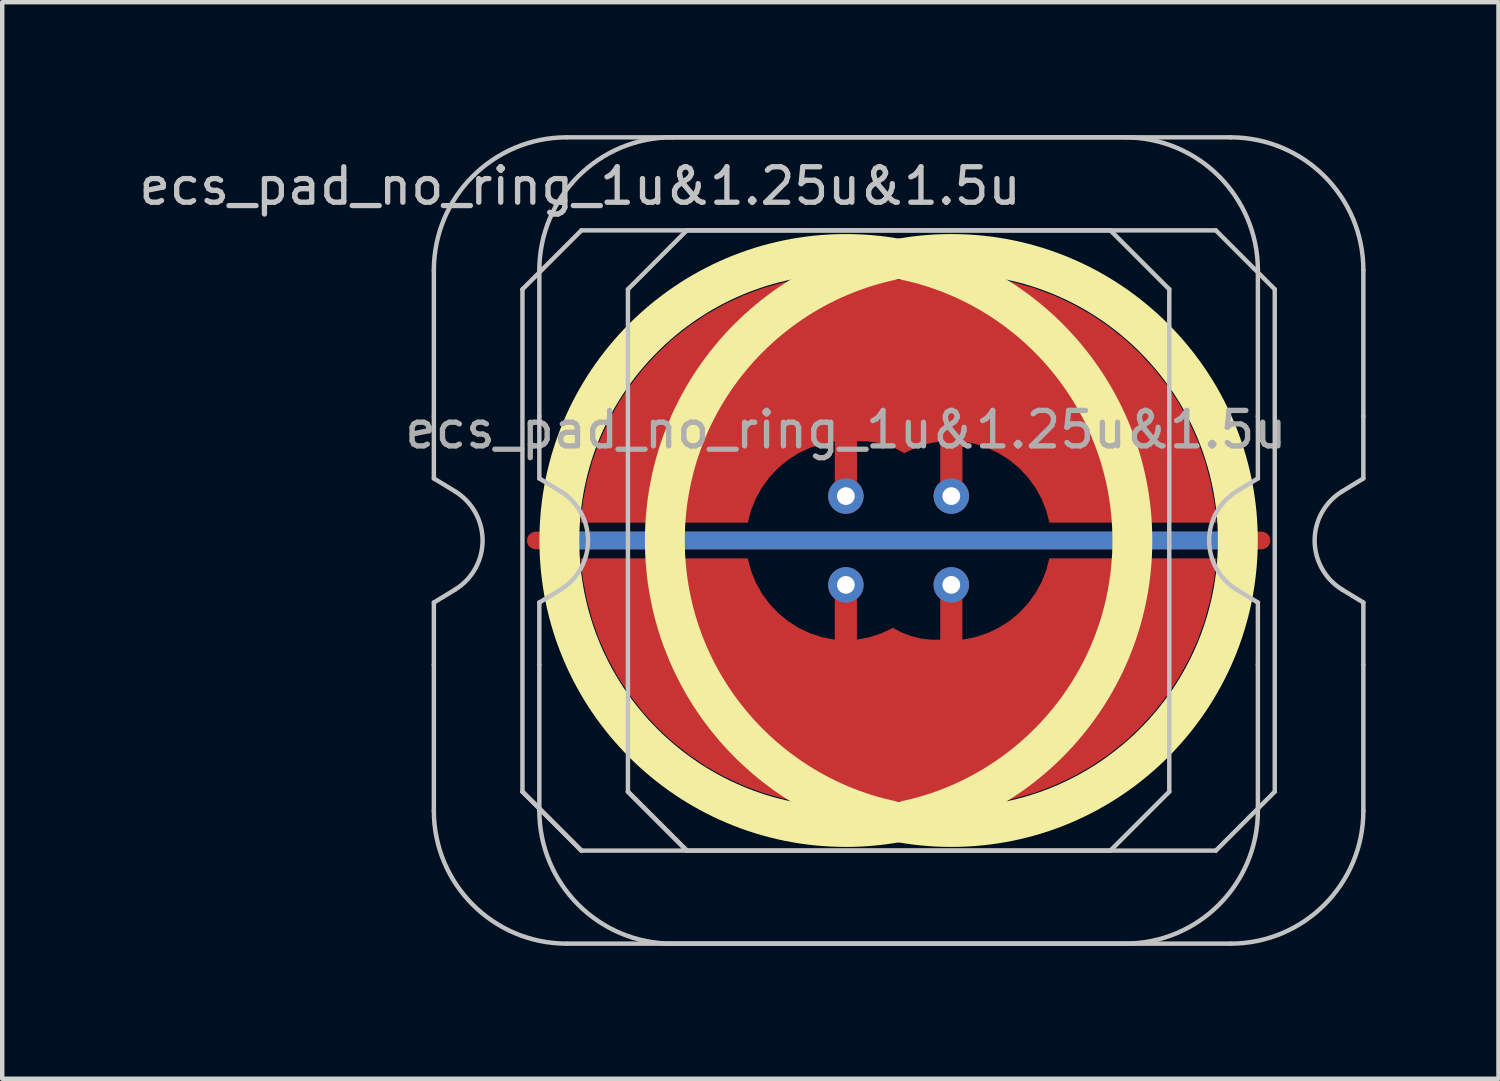
<source format=kicad_pcb>
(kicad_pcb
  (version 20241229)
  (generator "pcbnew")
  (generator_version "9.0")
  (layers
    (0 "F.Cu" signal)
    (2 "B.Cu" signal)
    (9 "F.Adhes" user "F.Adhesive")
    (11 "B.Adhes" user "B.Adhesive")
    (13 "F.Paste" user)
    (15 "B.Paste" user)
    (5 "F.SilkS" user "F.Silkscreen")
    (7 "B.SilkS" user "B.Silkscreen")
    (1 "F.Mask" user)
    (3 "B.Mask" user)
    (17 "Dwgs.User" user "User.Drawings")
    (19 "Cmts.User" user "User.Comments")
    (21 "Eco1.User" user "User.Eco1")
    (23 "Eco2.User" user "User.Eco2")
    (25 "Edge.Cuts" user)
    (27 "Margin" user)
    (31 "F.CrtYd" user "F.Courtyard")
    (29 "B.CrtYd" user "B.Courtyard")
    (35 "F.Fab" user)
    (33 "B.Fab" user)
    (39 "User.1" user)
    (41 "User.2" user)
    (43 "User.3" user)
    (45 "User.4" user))
  (footprint "ecs_pad_no_ring_1u&1.25u&1.5u"
    (layer "F.Cu")
    (at 16.043 9.15)
    (property "Reference" "ecs_pad_no_ring_1u&1.25u&1.5u" (at -6 -8 0) (layer "Dwgs.User") (effects (font (size 0.8 0.8) (thickness 0.12))))
    (attr smd)
    (fp_circle (center 0 0) (end 6.467 0) (stroke (width 0.9) (type solid)) (fill no) (layer "F.SilkS"))
    (fp_circle (center 2.381 0) (end 8.848 0) (stroke (width 0.9) (type solid)) (fill no) (layer "F.SilkS"))
    (fp_line (start -9.3 -2.805) (end -9.3 -6.1) (stroke (width 0.1) (type solid)) (layer "Dwgs.User"))
    (fp_line (start -9.3 -1.4) (end -9.3 -2.805) (stroke (width 0.1) (type solid)) (layer "Dwgs.User"))
    (fp_line (start -9.3 1.4) (end -8.824 1.111) (stroke (width 0.1) (type solid)) (layer "Dwgs.User"))
    (fp_line (start -9.3 2.805) (end -9.3 1.4) (stroke (width 0.1) (type solid)) (layer "Dwgs.User"))
    (fp_line (start -9.3 6.1) (end -9.3 2.805) (stroke (width 0.1) (type solid)) (layer "Dwgs.User"))
    (fp_line (start -8.824 -1.111) (end -9.3 -1.4) (stroke (width 0.1) (type solid)) (layer "Dwgs.User"))
    (fp_line (start -7.3 -5.67) (end -5.97 -7) (stroke (width 0.1) (type solid)) (layer "Dwgs.User"))
    (fp_line (start -7.3 5.67) (end -7.3 -5.67) (stroke (width 0.1) (type solid)) (layer "Dwgs.User"))
    (fp_line (start -7.3 5.67) (end -5.97 7) (stroke (width 0.1) (type solid)) (layer "Dwgs.User"))
    (fp_line (start -6.919 -2.805) (end -6.919 -6.1) (stroke (width 0.1) (type solid)) (layer "Dwgs.User"))
    (fp_line (start -6.919 -1.4) (end -6.919 -2.805) (stroke (width 0.1) (type solid)) (layer "Dwgs.User"))
    (fp_line (start -6.919 1.4) (end -6.443 1.111) (stroke (width 0.1) (type solid)) (layer "Dwgs.User"))
    (fp_line (start -6.919 2.805) (end -6.919 1.4) (stroke (width 0.1) (type solid)) (layer "Dwgs.User"))
    (fp_line (start -6.919 6.1) (end -6.919 2.805) (stroke (width 0.1) (type solid)) (layer "Dwgs.User"))
    (fp_line (start -6.443 -1.111) (end -6.919 -1.4) (stroke (width 0.1) (type solid)) (layer "Dwgs.User"))
    (fp_line (start -6.3 -9.1) (end 6.3 -9.1) (stroke (width 0.1) (type solid)) (layer "Dwgs.User"))
    (fp_line (start -5.97 -7) (end 5.97 -7) (stroke (width 0.1) (type solid)) (layer "Dwgs.User"))
    (fp_line (start -5.97 7) (end -7.3 5.67) (stroke (width 0.1) (type solid)) (layer "Dwgs.User"))
    (fp_line (start -4.919 -5.67) (end -3.589 -7) (stroke (width 0.1) (type solid)) (layer "Dwgs.User"))
    (fp_line (start -4.919 5.67) (end -4.919 -5.67) (stroke (width 0.1) (type solid)) (layer "Dwgs.User"))
    (fp_line (start -4.919 5.67) (end -3.589 7) (stroke (width 0.1) (type solid)) (layer "Dwgs.User"))
    (fp_line (start -3.919 -9.1) (end 8.681 -9.1) (stroke (width 0.1) (type solid)) (layer "Dwgs.User"))
    (fp_line (start -3.589 -7) (end 8.351 -7) (stroke (width 0.1) (type solid)) (layer "Dwgs.User"))
    (fp_line (start -3.589 7) (end -4.919 5.67) (stroke (width 0.1) (type solid)) (layer "Dwgs.User"))
    (fp_line (start 5.97 -7) (end 7.3 -5.67) (stroke (width 0.1) (type solid)) (layer "Dwgs.User"))
    (fp_line (start 5.97 7) (end -5.97 7) (stroke (width 0.1) (type solid)) (layer "Dwgs.User"))
    (fp_line (start 6.3 9.1) (end -6.3 9.1) (stroke (width 0.1) (type solid)) (layer "Dwgs.User"))
    (fp_line (start 7.3 -5.67) (end 7.3 5.67) (stroke (width 0.1) (type solid)) (layer "Dwgs.User"))
    (fp_line (start 7.3 5.67) (end 5.97 7) (stroke (width 0.1) (type solid)) (layer "Dwgs.User"))
    (fp_line (start 8.351 -7) (end 9.681 -5.67) (stroke (width 0.1) (type solid)) (layer "Dwgs.User"))
    (fp_line (start 8.351 7) (end -3.589 7) (stroke (width 0.1) (type solid)) (layer "Dwgs.User"))
    (fp_line (start 8.681 9.1) (end -3.919 9.1) (stroke (width 0.1) (type solid)) (layer "Dwgs.User"))
    (fp_line (start 8.824 1.111) (end 9.3 1.4) (stroke (width 0.1) (type solid)) (layer "Dwgs.User"))
    (fp_line (start 9.3 -6.1) (end 9.3 -2.805) (stroke (width 0.1) (type solid)) (layer "Dwgs.User"))
    (fp_line (start 9.3 -2.805) (end 9.3 -1.4) (stroke (width 0.1) (type solid)) (layer "Dwgs.User"))
    (fp_line (start 9.3 -1.4) (end 8.824 -1.111) (stroke (width 0.1) (type solid)) (layer "Dwgs.User"))
    (fp_line (start 9.3 1.4) (end 9.3 2.805) (stroke (width 0.1) (type solid)) (layer "Dwgs.User"))
    (fp_line (start 9.3 2.805) (end 9.3 6.1) (stroke (width 0.1) (type solid)) (layer "Dwgs.User"))
    (fp_line (start 9.681 -5.67) (end 9.681 5.67) (stroke (width 0.1) (type solid)) (layer "Dwgs.User"))
    (fp_line (start 9.681 5.67) (end 8.351 7) (stroke (width 0.1) (type solid)) (layer "Dwgs.User"))
    (fp_line (start 11.206 1.111) (end 11.681 1.4) (stroke (width 0.1) (type solid)) (layer "Dwgs.User"))
    (fp_line (start 11.681 -6.1) (end 11.681 -2.805) (stroke (width 0.1) (type solid)) (layer "Dwgs.User"))
    (fp_line (start 11.681 -2.805) (end 11.681 -1.4) (stroke (width 0.1) (type solid)) (layer "Dwgs.User"))
    (fp_line (start 11.681 -1.4) (end 11.206 -1.111) (stroke (width 0.1) (type solid)) (layer "Dwgs.User"))
    (fp_line (start 11.681 1.4) (end 11.681 2.805) (stroke (width 0.1) (type solid)) (layer "Dwgs.User"))
    (fp_line (start 11.681 2.805) (end 11.681 6.1) (stroke (width 0.1) (type solid)) (layer "Dwgs.User"))
    (fp_arc (start -9.3 -6.1) (mid -8.42132 -8.22132) (end -6.3 -9.1) (stroke (width 0.1) (type solid)) (layer "Dwgs.User"))
    (fp_arc (start -8.824333 -1.110619) (mid -8.2 0) (end -8.824333 1.110619) (stroke (width 0.1) (type solid)) (layer "Dwgs.User"))
    (fp_arc (start -6.91875 -6.1) (mid -6.04007 -8.22132) (end -3.91875 -9.1) (stroke (width 0.1) (type solid)) (layer "Dwgs.User"))
    (fp_arc (start -6.443083 -1.110619) (mid -5.81875 0) (end -6.443083 1.110619) (stroke (width 0.1) (type solid)) (layer "Dwgs.User"))
    (fp_arc (start -6.3 9.1) (mid -8.42132 8.22132) (end -9.3 6.1) (stroke (width 0.1) (type solid)) (layer "Dwgs.User"))
    (fp_arc (start -3.91875 9.1) (mid -6.04007 8.22132) (end -6.91875 6.1) (stroke (width 0.1) (type solid)) (layer "Dwgs.User"))
    (fp_arc (start 6.3 -9.1) (mid 8.42132 -8.22132) (end 9.3 -6.1) (stroke (width 0.1) (type solid)) (layer "Dwgs.User"))
    (fp_arc (start 8.68125 -9.1) (mid 10.80257 -8.22132) (end 11.68125 -6.1) (stroke (width 0.1) (type solid)) (layer "Dwgs.User"))
    (fp_arc (start 8.824333 1.110619) (mid 8.2 0) (end 8.824333 -1.110619) (stroke (width 0.1) (type solid)) (layer "Dwgs.User"))
    (fp_arc (start 9.3 6.1) (mid 8.42132 8.22132) (end 6.3 9.1) (stroke (width 0.1) (type solid)) (layer "Dwgs.User"))
    (fp_arc (start 11.205583 1.110619) (mid 10.58125 0) (end 11.205583 -1.110619) (stroke (width 0.1) (type solid)) (layer "Dwgs.User"))
    (fp_arc (start 11.68125 6.1) (mid 10.80257 8.22132) (end 8.68125 9.1) (stroke (width 0.1) (type solid)) (layer "Dwgs.User"))
    (fp_text user "${REFERENCE}" (at 0 -2.5 0) (layer "F.Fab") (effects (font (size 0.8 0.8) (thickness 0.12))))
    (pad "1" smd custom (at 0 -1.002) (size 0.019 0.019) (layers "F.Cu") (options (anchor circle)) (primitives (gr_poly (pts (xy -0.231 0.096) (xy -0.177 0.177) (xy -0.096 0.231) (xy 0 0.25) (xy 0.096 0.231) (xy 0.177 0.177) (xy 0.231 0.096) (xy 0.25 0) (xy 0.25 -1.236) (xy 0.473 -1.236) (xy 0.695 -1.208) (xy 0.912 -1.154) (xy 1.121 -1.075) (xy 1.318 -0.971) (xy 1.578 -1.093) (xy 1.85 -1.182) (xy 2.131 -1.236) (xy 2.131 0) (xy 2.15 0.096) (xy 2.204 0.177) (xy 2.286 0.231) (xy 2.381 0.25) (xy 2.477 0.231) (xy 2.558 0.177) (xy 2.612 0.096) (xy 2.631 0) (xy 2.631 -1.236) (xy 2.913 -1.182) (xy 3.186 -1.093) (xy 3.445 -0.971) (xy 3.688 -0.817) (xy 3.909 -0.635) (xy 4.106 -0.426) (xy 4.276 -0.194) (xy 4.415 0.056) (xy 4.522 0.323) (xy 4.595 0.6) (xy 8.367 0.6) (xy 8.316 0.128) (xy 8.228 -0.338) (xy 8.104 -0.796) (xy 7.944 -1.243) (xy 7.749 -1.675) (xy 7.52 -2.091) (xy 7.259 -2.488) (xy 6.968 -2.862) (xy 6.648 -3.213) (xy 6.301 -3.537) (xy 5.93 -3.832) (xy 5.536 -4.098) (xy 5.123 -4.331) (xy 4.693 -4.531) (xy 4.248 -4.697) (xy 3.792 -4.826) (xy 3.327 -4.92) (xy 2.855 -4.976) (xy 2.381 -4.995) (xy 1.982 -4.982) (xy 1.585 -4.942) (xy 1.191 -4.875) (xy 0.797 -4.942) (xy 0.399 -4.982) (xy 0 -4.995) (xy -0.474 -4.976) (xy -0.945 -4.92) (xy -1.411 -4.826) (xy -1.867 -4.697) (xy -2.312 -4.531) (xy -2.742 -4.331) (xy -3.155 -4.098) (xy -3.549 -3.832) (xy -3.92 -3.537) (xy -4.266 -3.213) (xy -4.586 -2.862) (xy -4.878 -2.488) (xy -5.139 -2.091) (xy -5.367 -1.675) (xy -5.562 -1.243) (xy -5.723 -0.796) (xy -5.847 -0.338) (xy -5.935 0.128) (xy -5.986 0.6) (xy -2.214 0.6) (xy -2.141 0.323) (xy -2.034 0.056) (xy -1.894 -0.194) (xy -1.725 -0.426) (xy -1.528 -0.635) (xy -1.307 -0.817) (xy -1.064 -0.971) (xy -0.805 -1.093) (xy -0.532 -1.182) (xy -0.25 -1.236) (xy -0.25 0)) (width 0) (fill yes))))
    (pad "1" thru_hole circle (at 0 -1.002) (size 0.8 0.8) (drill 0.4) (layers "*.Cu"))
    (pad "1" thru_hole circle (at 2.38 -1.002) (size 0.8 0.8) (drill 0.4) (layers "*.Cu"))
    (pad "2" thru_hole circle (at 0 1.002) (size 0.8 0.8) (drill 0.4) (layers "*.Cu"))
    (pad "2" smd custom (at 2.38 1.002 180) (size 0.019 0.019) (layers "F.Cu") (options (anchor circle)) (primitives (gr_poly (pts (xy -0.231 0.096) (xy -0.177 0.177) (xy -0.096 0.231) (xy 0 0.25) (xy 0.096 0.231) (xy 0.177 0.177) (xy 0.231 0.096) (xy 0.25 0) (xy 0.25 -1.236) (xy 0.473 -1.236) (xy 0.695 -1.208) (xy 0.912 -1.154) (xy 1.121 -1.075) (xy 1.318 -0.971) (xy 1.578 -1.093) (xy 1.85 -1.182) (xy 2.131 -1.236) (xy 2.131 0) (xy 2.15 0.096) (xy 2.204 0.177) (xy 2.286 0.231) (xy 2.381 0.25) (xy 2.477 0.231) (xy 2.558 0.177) (xy 2.612 0.096) (xy 2.631 0) (xy 2.631 -1.236) (xy 2.913 -1.182) (xy 3.186 -1.093) (xy 3.445 -0.971) (xy 3.688 -0.817) (xy 3.909 -0.635) (xy 4.106 -0.426) (xy 4.276 -0.194) (xy 4.415 0.056) (xy 4.522 0.323) (xy 4.595 0.6) (xy 8.367 0.6) (xy 8.316 0.128) (xy 8.228 -0.338) (xy 8.104 -0.796) (xy 7.944 -1.243) (xy 7.749 -1.675) (xy 7.52 -2.091) (xy 7.259 -2.488) (xy 6.968 -2.862) (xy 6.648 -3.213) (xy 6.301 -3.537) (xy 5.93 -3.832) (xy 5.536 -4.098) (xy 5.123 -4.331) (xy 4.693 -4.531) (xy 4.248 -4.697) (xy 3.792 -4.826) (xy 3.327 -4.92) (xy 2.855 -4.976) (xy 2.381 -4.995) (xy 1.982 -4.982) (xy 1.585 -4.942) (xy 1.191 -4.875) (xy 0.797 -4.942) (xy 0.399 -4.982) (xy 0 -4.995) (xy -0.474 -4.976) (xy -0.945 -4.92) (xy -1.411 -4.826) (xy -1.867 -4.697) (xy -2.312 -4.531) (xy -2.742 -4.331) (xy -3.155 -4.098) (xy -3.549 -3.832) (xy -3.92 -3.537) (xy -4.266 -3.213) (xy -4.586 -2.862) (xy -4.878 -2.488) (xy -5.139 -2.091) (xy -5.367 -1.675) (xy -5.562 -1.243) (xy -5.723 -0.796) (xy -5.847 -0.338) (xy -5.935 0.128) (xy -5.986 0.6) (xy -2.214 0.6) (xy -2.141 0.323) (xy -2.034 0.056) (xy -1.894 -0.194) (xy -1.725 -0.426) (xy -1.528 -0.635) (xy -1.307 -0.817) (xy -1.064 -0.971) (xy -0.805 -1.093) (xy -0.532 -1.182) (xy -0.25 -1.236) (xy -0.25 0)) (width 0) (fill yes))))
    (pad "2" thru_hole circle (at 2.38 1.002) (size 0.8 0.8) (drill 0.4) (layers "*.Cu"))
    (pad "3" smd custom (at 1.191 0 270) (size 0.4 0.4) (layers "F.Cu") (options (anchor rect)) (primitives (gr_line (start 0 -8.191) (end 0 8.191) (width 0.4))))
    (pad "3" smd custom (at 1.191 0 270) (size 0.4 0.4) (layers "B.Cu") (options (anchor rect)) (primitives (gr_line (start 0 -7.691) (end 0 7.691) (width 0.4))))
    (zone (net_name "") (layer "F.Cu") (hatch edge 0.508) (connect_pads) (min_thickness 0.254) (filled_areas_thickness no) (keepout (tracks allowed) (vias allowed) (pads allowed) (copperpour not_allowed) (footprints allowed)) (placement (enabled no)) (fill) (polygon (pts (xy 9.038 9.15) (xy 9.057 9.663) (xy 9.113 10.173) (xy 9.207 10.678) (xy 9.337 11.175) (xy 9.503 11.66) (xy 9.705 12.133) (xy 9.94 12.589) (xy 10.208 13.026) (xy 10.508 13.443) (xy 10.837 13.837) (xy 11.194 14.206) (xy 11.578 14.547) (xy 11.985 14.86) (xy 12.414 15.142) (xy 12.863 15.391) (xy 13.328 15.608) (xy 13.809 15.789) (xy 14.301 15.935) (xy 14.802 16.044) (xy 15.311 16.117) (xy 15.823 16.151) (xy 16.336 16.149) (xy 16.848 16.108) (xy 17.355 16.031) (xy 17.856 15.916) (xy 18.347 15.765) (xy 18.825 15.579) (xy 19.288 15.358) (xy 19.734 15.103) (xy 20.16 14.817) (xy 20.564 14.5) (xy 20.944 14.155) (xy 21.297 13.782) (xy 21.622 13.385) (xy 21.918 12.965) (xy 22.181 12.525) (xy 22.412 12.066) (xy 22.608 11.592) (xy 22.77 11.104) (xy 22.895 10.606) (xy 22.983 10.101) (xy 23.034 9.59) (xy 23.047 9.077) (xy 23.023 8.564) (xy 22.962 8.054) (xy 22.863 7.55) (xy 22.727 7.055) (xy 22.556 6.571) (xy 22.35 6.101) (xy 22.109 5.648) (xy 21.836 5.213) (xy 21.533 4.799) (xy 21.199 4.409) (xy 20.838 4.044) (xy 20.451 3.706) (xy 20.041 3.398) (xy 19.609 3.121) (xy 19.157 2.876) (xy 18.69 2.664) (xy 18.207 2.488) (xy 17.714 2.347) (xy 17.211 2.243) (xy 16.702 2.176) (xy 16.19 2.147) (xy 15.676 2.155) (xy 15.165 2.2) (xy 14.658 2.283) (xy 14.159 2.403) (xy 13.67 2.559) (xy 13.194 2.751) (xy 12.733 2.977) (xy 12.289 3.236) (xy 11.866 3.526) (xy 11.466 3.847) (xy 11.09 4.197) (xy 10.74 4.573) (xy 10.419 4.974) (xy 10.128 5.397) (xy 9.869 5.84) (xy 9.644 6.301) (xy 9.452 6.777) (xy 9.296 7.266) (xy 9.176 7.765) (xy 9.093 8.272) (xy 9.048 8.783))))
    (zone (net_name "") (layer "F.Cu") (hatch edge 0.508) (connect_pads) (min_thickness 0.254) (filled_areas_thickness no) (keepout (tracks allowed) (vias allowed) (pads allowed) (copperpour not_allowed) (footprints allowed)) (placement (enabled no)) (fill) (polygon (pts (xy 11.418 9.15) (xy 11.437 9.663) (xy 11.493 10.173) (xy 11.587 10.678) (xy 11.717 11.175) (xy 11.883 11.66) (xy 12.085 12.133) (xy 12.32 12.589) (xy 12.588 13.026) (xy 12.888 13.443) (xy 13.217 13.837) (xy 13.574 14.206) (xy 13.958 14.547) (xy 14.365 14.86) (xy 14.794 15.142) (xy 15.243 15.391) (xy 15.708 15.608) (xy 16.189 15.789) (xy 16.681 15.935) (xy 17.182 16.044) (xy 17.691 16.117) (xy 18.203 16.151) (xy 18.716 16.149) (xy 19.228 16.108) (xy 19.735 16.031) (xy 20.236 15.916) (xy 20.727 15.765) (xy 21.205 15.579) (xy 21.668 15.358) (xy 22.114 15.103) (xy 22.54 14.817) (xy 22.944 14.5) (xy 23.324 14.155) (xy 23.677 13.782) (xy 24.002 13.385) (xy 24.298 12.965) (xy 24.561 12.525) (xy 24.792 12.066) (xy 24.988 11.592) (xy 25.15 11.104) (xy 25.275 10.606) (xy 25.363 10.101) (xy 25.414 9.59) (xy 25.427 9.077) (xy 25.403 8.564) (xy 25.342 8.054) (xy 25.243 7.55) (xy 25.107 7.055) (xy 24.936 6.571) (xy 24.73 6.101) (xy 24.489 5.648) (xy 24.216 5.213) (xy 23.913 4.799) (xy 23.579 4.409) (xy 23.218 4.044) (xy 22.831 3.706) (xy 22.421 3.398) (xy 21.989 3.121) (xy 21.537 2.876) (xy 21.07 2.664) (xy 20.587 2.488) (xy 20.094 2.347) (xy 19.591 2.243) (xy 19.082 2.176) (xy 18.57 2.147) (xy 18.056 2.155) (xy 17.545 2.2) (xy 17.038 2.283) (xy 16.539 2.403) (xy 16.05 2.559) (xy 15.574 2.751) (xy 15.113 2.977) (xy 14.669 3.236) (xy 14.246 3.526) (xy 13.846 3.847) (xy 13.47 4.197) (xy 13.12 4.573) (xy 12.799 4.974) (xy 12.508 5.397) (xy 12.249 5.84) (xy 12.024 6.301) (xy 11.832 6.777) (xy 11.676 7.266) (xy 11.556 7.765) (xy 11.473 8.272) (xy 11.428 8.783))))
    (zone (net_name "") (layer "B.Cu") (hatch edge 0.508) (connect_pads) (min_thickness 0.254) (filled_areas_thickness no) (keepout (tracks allowed) (vias allowed) (pads allowed) (copperpour not_allowed) (footprints allowed)) (placement (enabled no)) (fill) (polygon (pts (xy 9.485 9.15) (xy 9.505 9.665) (xy 9.565 10.176) (xy 9.666 10.681) (xy 9.806 11.177) (xy 9.984 11.66) (xy 10.199 12.127) (xy 10.451 12.577) (xy 10.737 13.005) (xy 11.056 13.409) (xy 11.405 13.787) (xy 11.784 14.137) (xy 12.188 14.456) (xy 12.616 14.742) (xy 13.065 14.993) (xy 13.533 15.209) (xy 14.016 15.387) (xy 14.512 15.527) (xy 15.017 15.628) (xy 15.528 15.688) (xy 16.043 15.708) (xy 16.557 15.688) (xy 17.069 15.628) (xy 17.574 15.527) (xy 18.069 15.387) (xy 18.553 15.209) (xy 19.02 14.993) (xy 19.47 14.742) (xy 19.898 14.456) (xy 20.302 14.137) (xy 20.68 13.787) (xy 21.03 13.409) (xy 21.349 13.005) (xy 21.635 12.577) (xy 21.886 12.127) (xy 22.102 11.66) (xy 22.28 11.177) (xy 22.42 10.681) (xy 22.52 10.176) (xy 22.581 9.665) (xy 22.601 9.15) (xy 22.581 8.635) (xy 22.52 8.124) (xy 22.42 7.619) (xy 22.28 7.123) (xy 22.102 6.64) (xy 21.886 6.173) (xy 21.635 5.723) (xy 21.349 5.295) (xy 21.03 4.891) (xy 20.68 4.513) (xy 20.302 4.163) (xy 19.898 3.844) (xy 19.47 3.558) (xy 19.02 3.307) (xy 18.553 3.091) (xy 18.069 2.913) (xy 17.574 2.773) (xy 17.069 2.672) (xy 16.557 2.612) (xy 16.043 2.592) (xy 15.528 2.612) (xy 15.017 2.672) (xy 14.512 2.773) (xy 14.016 2.913) (xy 13.533 3.091) (xy 13.065 3.307) (xy 12.616 3.558) (xy 12.188 3.844) (xy 11.784 4.163) (xy 11.405 4.513) (xy 11.056 4.891) (xy 10.737 5.295) (xy 10.451 5.723) (xy 10.199 6.173) (xy 9.984 6.64) (xy 9.806 7.123) (xy 9.666 7.619) (xy 9.565 8.124) (xy 9.505 8.635))))
    (zone (net_name "") (layer "B.Cu") (hatch edge 0.508) (connect_pads) (min_thickness 0.254) (filled_areas_thickness no) (keepout (tracks allowed) (vias allowed) (pads allowed) (copperpour not_allowed) (footprints allowed)) (placement (enabled no)) (fill) (polygon (pts (xy 11.865 9.15) (xy 11.885 9.665) (xy 11.945 10.176) (xy 12.046 10.681) (xy 12.186 11.177) (xy 12.364 11.66) (xy 12.579 12.127) (xy 12.831 12.577) (xy 13.117 13.005) (xy 13.436 13.409) (xy 13.785 13.787) (xy 14.164 14.137) (xy 14.568 14.456) (xy 14.996 14.742) (xy 15.445 14.993) (xy 15.913 15.209) (xy 16.396 15.387) (xy 16.892 15.527) (xy 17.397 15.628) (xy 17.908 15.688) (xy 18.423 15.708) (xy 18.937 15.688) (xy 19.449 15.628) (xy 19.954 15.527) (xy 20.449 15.387) (xy 20.933 15.209) (xy 21.4 14.993) (xy 21.85 14.742) (xy 22.278 14.456) (xy 22.682 14.137) (xy 23.06 13.787) (xy 23.41 13.409) (xy 23.729 13.005) (xy 24.015 12.577) (xy 24.266 12.127) (xy 24.482 11.66) (xy 24.66 11.177) (xy 24.8 10.681) (xy 24.9 10.176) (xy 24.961 9.665) (xy 24.981 9.15) (xy 24.961 8.635) (xy 24.9 8.124) (xy 24.8 7.619) (xy 24.66 7.123) (xy 24.482 6.64) (xy 24.266 6.173) (xy 24.015 5.723) (xy 23.729 5.295) (xy 23.41 4.891) (xy 23.06 4.513) (xy 22.682 4.163) (xy 22.278 3.844) (xy 21.85 3.558) (xy 21.4 3.307) (xy 20.933 3.091) (xy 20.449 2.913) (xy 19.954 2.773) (xy 19.449 2.672) (xy 18.937 2.612) (xy 18.423 2.592) (xy 17.908 2.612) (xy 17.397 2.672) (xy 16.892 2.773) (xy 16.396 2.913) (xy 15.913 3.091) (xy 15.445 3.307) (xy 14.996 3.558) (xy 14.568 3.844) (xy 14.164 4.163) (xy 13.785 4.513) (xy 13.436 4.891) (xy 13.117 5.295) (xy 12.831 5.723) (xy 12.579 6.173) (xy 12.364 6.64) (xy 12.186 7.123) (xy 12.046 7.619) (xy 11.945 8.124) (xy 11.885 8.635)))))
  (gr_rect
    (start -3 -3)
    (end 30.774 21.3)
    (stroke (width 0.1) (type default))
    (fill no)
    (layer "Edge.Cuts")))
</source>
